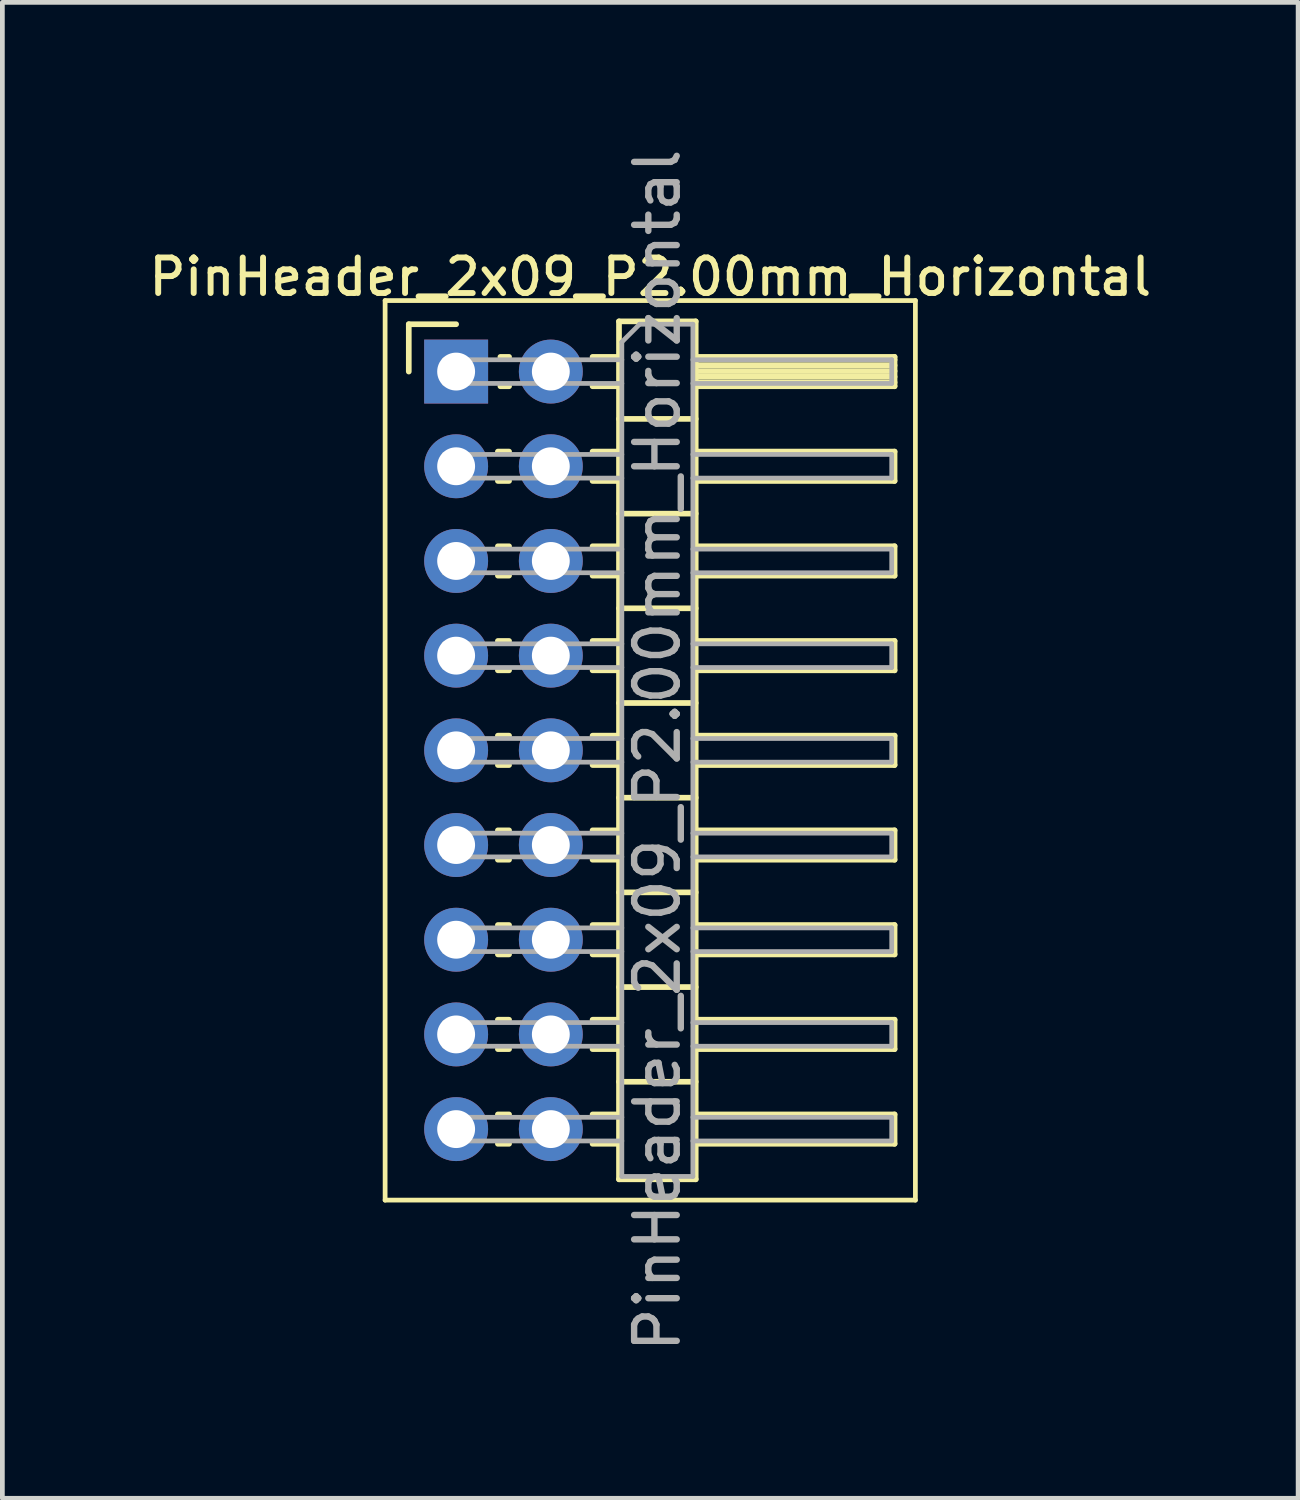
<source format=kicad_pcb>
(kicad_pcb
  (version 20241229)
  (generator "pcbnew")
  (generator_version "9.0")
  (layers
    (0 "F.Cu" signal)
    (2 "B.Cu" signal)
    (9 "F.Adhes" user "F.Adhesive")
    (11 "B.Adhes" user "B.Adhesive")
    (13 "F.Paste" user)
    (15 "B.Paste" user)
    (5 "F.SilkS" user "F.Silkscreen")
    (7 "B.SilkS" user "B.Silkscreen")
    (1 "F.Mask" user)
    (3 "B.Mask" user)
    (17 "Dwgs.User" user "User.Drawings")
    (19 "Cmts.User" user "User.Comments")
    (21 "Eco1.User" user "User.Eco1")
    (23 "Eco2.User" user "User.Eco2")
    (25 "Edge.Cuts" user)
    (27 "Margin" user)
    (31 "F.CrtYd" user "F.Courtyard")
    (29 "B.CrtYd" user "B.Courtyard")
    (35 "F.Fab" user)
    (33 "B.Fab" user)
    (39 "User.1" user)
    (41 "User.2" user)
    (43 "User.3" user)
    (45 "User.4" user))
  (footprint "PinHeader_2x09_P2.00mm_Horizontal"
    (layer "F.Cu")
    (at 6.584 4.798)
    (property "Reference" "PinHeader_2x09_P2.00mm_Horizontal" (at 4.1 -2 0) (layer "F.SilkS") (effects (font (size 0.75 0.75) (thickness 0.125))))
    (attr through_hole)
    (fp_line (start -1.5 -1.5) (end -1.5 17.5) (stroke (width 0.1) (type solid)) (layer "F.SilkS"))
    (fp_line (start -1.5 17.5) (end 9.7 17.5) (stroke (width 0.1) (type solid)) (layer "F.SilkS"))
    (fp_line (start -1 -1) (end 0 -1) (stroke (width 0.12) (type solid)) (layer "F.SilkS"))
    (fp_line (start -1 0) (end -1 -1) (stroke (width 0.12) (type solid)) (layer "F.SilkS"))
    (fp_line (start 0.882 1.69) (end 1.118 1.69) (stroke (width 0.12) (type solid)) (layer "F.SilkS"))
    (fp_line (start 0.882 2.31) (end 1.118 2.31) (stroke (width 0.12) (type solid)) (layer "F.SilkS"))
    (fp_line (start 0.882 3.69) (end 1.118 3.69) (stroke (width 0.12) (type solid)) (layer "F.SilkS"))
    (fp_line (start 0.882 4.31) (end 1.118 4.31) (stroke (width 0.12) (type solid)) (layer "F.SilkS"))
    (fp_line (start 0.882 5.69) (end 1.118 5.69) (stroke (width 0.12) (type solid)) (layer "F.SilkS"))
    (fp_line (start 0.882 6.31) (end 1.118 6.31) (stroke (width 0.12) (type solid)) (layer "F.SilkS"))
    (fp_line (start 0.882 7.69) (end 1.118 7.69) (stroke (width 0.12) (type solid)) (layer "F.SilkS"))
    (fp_line (start 0.882 8.31) (end 1.118 8.31) (stroke (width 0.12) (type solid)) (layer "F.SilkS"))
    (fp_line (start 0.882 9.69) (end 1.118 9.69) (stroke (width 0.12) (type solid)) (layer "F.SilkS"))
    (fp_line (start 0.882 10.31) (end 1.118 10.31) (stroke (width 0.12) (type solid)) (layer "F.SilkS"))
    (fp_line (start 0.882 11.69) (end 1.118 11.69) (stroke (width 0.12) (type solid)) (layer "F.SilkS"))
    (fp_line (start 0.882 12.31) (end 1.118 12.31) (stroke (width 0.12) (type solid)) (layer "F.SilkS"))
    (fp_line (start 0.882 13.69) (end 1.118 13.69) (stroke (width 0.12) (type solid)) (layer "F.SilkS"))
    (fp_line (start 0.882 14.31) (end 1.118 14.31) (stroke (width 0.12) (type solid)) (layer "F.SilkS"))
    (fp_line (start 0.882 15.69) (end 1.118 15.69) (stroke (width 0.12) (type solid)) (layer "F.SilkS"))
    (fp_line (start 0.882 16.31) (end 1.118 16.31) (stroke (width 0.12) (type solid)) (layer "F.SilkS"))
    (fp_line (start 0.935 -0.31) (end 1.118 -0.31) (stroke (width 0.12) (type solid)) (layer "F.SilkS"))
    (fp_line (start 0.935 0.31) (end 1.118 0.31) (stroke (width 0.12) (type solid)) (layer "F.SilkS"))
    (fp_line (start 2.882 -0.31) (end 3.44 -0.31) (stroke (width 0.12) (type solid)) (layer "F.SilkS"))
    (fp_line (start 2.882 0.31) (end 3.44 0.31) (stroke (width 0.12) (type solid)) (layer "F.SilkS"))
    (fp_line (start 2.882 1.69) (end 3.44 1.69) (stroke (width 0.12) (type solid)) (layer "F.SilkS"))
    (fp_line (start 2.882 2.31) (end 3.44 2.31) (stroke (width 0.12) (type solid)) (layer "F.SilkS"))
    (fp_line (start 2.882 3.69) (end 3.44 3.69) (stroke (width 0.12) (type solid)) (layer "F.SilkS"))
    (fp_line (start 2.882 4.31) (end 3.44 4.31) (stroke (width 0.12) (type solid)) (layer "F.SilkS"))
    (fp_line (start 2.882 5.69) (end 3.44 5.69) (stroke (width 0.12) (type solid)) (layer "F.SilkS"))
    (fp_line (start 2.882 6.31) (end 3.44 6.31) (stroke (width 0.12) (type solid)) (layer "F.SilkS"))
    (fp_line (start 2.882 7.69) (end 3.44 7.69) (stroke (width 0.12) (type solid)) (layer "F.SilkS"))
    (fp_line (start 2.882 8.31) (end 3.44 8.31) (stroke (width 0.12) (type solid)) (layer "F.SilkS"))
    (fp_line (start 2.882 9.69) (end 3.44 9.69) (stroke (width 0.12) (type solid)) (layer "F.SilkS"))
    (fp_line (start 2.882 10.31) (end 3.44 10.31) (stroke (width 0.12) (type solid)) (layer "F.SilkS"))
    (fp_line (start 2.882 11.69) (end 3.44 11.69) (stroke (width 0.12) (type solid)) (layer "F.SilkS"))
    (fp_line (start 2.882 12.31) (end 3.44 12.31) (stroke (width 0.12) (type solid)) (layer "F.SilkS"))
    (fp_line (start 2.882 13.69) (end 3.44 13.69) (stroke (width 0.12) (type solid)) (layer "F.SilkS"))
    (fp_line (start 2.882 14.31) (end 3.44 14.31) (stroke (width 0.12) (type solid)) (layer "F.SilkS"))
    (fp_line (start 2.882 15.69) (end 3.44 15.69) (stroke (width 0.12) (type solid)) (layer "F.SilkS"))
    (fp_line (start 2.882 16.31) (end 3.44 16.31) (stroke (width 0.12) (type solid)) (layer "F.SilkS"))
    (fp_line (start 3.44 -1.06) (end 3.44 17.06) (stroke (width 0.12) (type solid)) (layer "F.SilkS"))
    (fp_line (start 3.44 1) (end 5.06 1) (stroke (width 0.12) (type solid)) (layer "F.SilkS"))
    (fp_line (start 3.44 3) (end 5.06 3) (stroke (width 0.12) (type solid)) (layer "F.SilkS"))
    (fp_line (start 3.44 5) (end 5.06 5) (stroke (width 0.12) (type solid)) (layer "F.SilkS"))
    (fp_line (start 3.44 7) (end 5.06 7) (stroke (width 0.12) (type solid)) (layer "F.SilkS"))
    (fp_line (start 3.44 9) (end 5.06 9) (stroke (width 0.12) (type solid)) (layer "F.SilkS"))
    (fp_line (start 3.44 11) (end 5.06 11) (stroke (width 0.12) (type solid)) (layer "F.SilkS"))
    (fp_line (start 3.44 13) (end 5.06 13) (stroke (width 0.12) (type solid)) (layer "F.SilkS"))
    (fp_line (start 3.44 15) (end 5.06 15) (stroke (width 0.12) (type solid)) (layer "F.SilkS"))
    (fp_line (start 3.44 17.06) (end 5.06 17.06) (stroke (width 0.12) (type solid)) (layer "F.SilkS"))
    (fp_line (start 5.06 -1.06) (end 3.44 -1.06) (stroke (width 0.12) (type solid)) (layer "F.SilkS"))
    (fp_line (start 5.06 -0.31) (end 9.26 -0.31) (stroke (width 0.12) (type solid)) (layer "F.SilkS"))
    (fp_line (start 5.06 -0.25) (end 9.26 -0.25) (stroke (width 0.12) (type solid)) (layer "F.SilkS"))
    (fp_line (start 5.06 -0.13) (end 9.26 -0.13) (stroke (width 0.12) (type solid)) (layer "F.SilkS"))
    (fp_line (start 5.06 -0.01) (end 9.26 -0.01) (stroke (width 0.12) (type solid)) (layer "F.SilkS"))
    (fp_line (start 5.06 0.11) (end 9.26 0.11) (stroke (width 0.12) (type solid)) (layer "F.SilkS"))
    (fp_line (start 5.06 0.23) (end 9.26 0.23) (stroke (width 0.12) (type solid)) (layer "F.SilkS"))
    (fp_line (start 5.06 1.69) (end 9.26 1.69) (stroke (width 0.12) (type solid)) (layer "F.SilkS"))
    (fp_line (start 5.06 3.69) (end 9.26 3.69) (stroke (width 0.12) (type solid)) (layer "F.SilkS"))
    (fp_line (start 5.06 5.69) (end 9.26 5.69) (stroke (width 0.12) (type solid)) (layer "F.SilkS"))
    (fp_line (start 5.06 7.69) (end 9.26 7.69) (stroke (width 0.12) (type solid)) (layer "F.SilkS"))
    (fp_line (start 5.06 9.69) (end 9.26 9.69) (stroke (width 0.12) (type solid)) (layer "F.SilkS"))
    (fp_line (start 5.06 11.69) (end 9.26 11.69) (stroke (width 0.12) (type solid)) (layer "F.SilkS"))
    (fp_line (start 5.06 13.69) (end 9.26 13.69) (stroke (width 0.12) (type solid)) (layer "F.SilkS"))
    (fp_line (start 5.06 15.69) (end 9.26 15.69) (stroke (width 0.12) (type solid)) (layer "F.SilkS"))
    (fp_line (start 5.06 17.06) (end 5.06 -1.06) (stroke (width 0.12) (type solid)) (layer "F.SilkS"))
    (fp_line (start 9.26 -0.31) (end 9.26 0.31) (stroke (width 0.12) (type solid)) (layer "F.SilkS"))
    (fp_line (start 9.26 0.31) (end 5.06 0.31) (stroke (width 0.12) (type solid)) (layer "F.SilkS"))
    (fp_line (start 9.26 1.69) (end 9.26 2.31) (stroke (width 0.12) (type solid)) (layer "F.SilkS"))
    (fp_line (start 9.26 2.31) (end 5.06 2.31) (stroke (width 0.12) (type solid)) (layer "F.SilkS"))
    (fp_line (start 9.26 3.69) (end 9.26 4.31) (stroke (width 0.12) (type solid)) (layer "F.SilkS"))
    (fp_line (start 9.26 4.31) (end 5.06 4.31) (stroke (width 0.12) (type solid)) (layer "F.SilkS"))
    (fp_line (start 9.26 5.69) (end 9.26 6.31) (stroke (width 0.12) (type solid)) (layer "F.SilkS"))
    (fp_line (start 9.26 6.31) (end 5.06 6.31) (stroke (width 0.12) (type solid)) (layer "F.SilkS"))
    (fp_line (start 9.26 7.69) (end 9.26 8.31) (stroke (width 0.12) (type solid)) (layer "F.SilkS"))
    (fp_line (start 9.26 8.31) (end 5.06 8.31) (stroke (width 0.12) (type solid)) (layer "F.SilkS"))
    (fp_line (start 9.26 9.69) (end 9.26 10.31) (stroke (width 0.12) (type solid)) (layer "F.SilkS"))
    (fp_line (start 9.26 10.31) (end 5.06 10.31) (stroke (width 0.12) (type solid)) (layer "F.SilkS"))
    (fp_line (start 9.26 11.69) (end 9.26 12.31) (stroke (width 0.12) (type solid)) (layer "F.SilkS"))
    (fp_line (start 9.26 12.31) (end 5.06 12.31) (stroke (width 0.12) (type solid)) (layer "F.SilkS"))
    (fp_line (start 9.26 13.69) (end 9.26 14.31) (stroke (width 0.12) (type solid)) (layer "F.SilkS"))
    (fp_line (start 9.26 14.31) (end 5.06 14.31) (stroke (width 0.12) (type solid)) (layer "F.SilkS"))
    (fp_line (start 9.26 15.69) (end 9.26 16.31) (stroke (width 0.12) (type solid)) (layer "F.SilkS"))
    (fp_line (start 9.26 16.31) (end 5.06 16.31) (stroke (width 0.12) (type solid)) (layer "F.SilkS"))
    (fp_line (start 9.7 -1.5) (end -1.5 -1.5) (stroke (width 0.1) (type solid)) (layer "F.SilkS"))
    (fp_line (start 9.7 17.5) (end 9.7 -1.5) (stroke (width 0.1) (type solid)) (layer "F.SilkS"))
    (fp_line (start -0.25 -0.25) (end -0.25 0.25) (stroke (width 0.1) (type solid)) (layer "F.Fab"))
    (fp_line (start -0.25 -0.25) (end 3.5 -0.25) (stroke (width 0.1) (type solid)) (layer "F.Fab"))
    (fp_line (start -0.25 0.25) (end 3.5 0.25) (stroke (width 0.1) (type solid)) (layer "F.Fab"))
    (fp_line (start -0.25 1.75) (end -0.25 2.25) (stroke (width 0.1) (type solid)) (layer "F.Fab"))
    (fp_line (start -0.25 1.75) (end 3.5 1.75) (stroke (width 0.1) (type solid)) (layer "F.Fab"))
    (fp_line (start -0.25 2.25) (end 3.5 2.25) (stroke (width 0.1) (type solid)) (layer "F.Fab"))
    (fp_line (start -0.25 3.75) (end -0.25 4.25) (stroke (width 0.1) (type solid)) (layer "F.Fab"))
    (fp_line (start -0.25 3.75) (end 3.5 3.75) (stroke (width 0.1) (type solid)) (layer "F.Fab"))
    (fp_line (start -0.25 4.25) (end 3.5 4.25) (stroke (width 0.1) (type solid)) (layer "F.Fab"))
    (fp_line (start -0.25 5.75) (end -0.25 6.25) (stroke (width 0.1) (type solid)) (layer "F.Fab"))
    (fp_line (start -0.25 5.75) (end 3.5 5.75) (stroke (width 0.1) (type solid)) (layer "F.Fab"))
    (fp_line (start -0.25 6.25) (end 3.5 6.25) (stroke (width 0.1) (type solid)) (layer "F.Fab"))
    (fp_line (start -0.25 7.75) (end -0.25 8.25) (stroke (width 0.1) (type solid)) (layer "F.Fab"))
    (fp_line (start -0.25 7.75) (end 3.5 7.75) (stroke (width 0.1) (type solid)) (layer "F.Fab"))
    (fp_line (start -0.25 8.25) (end 3.5 8.25) (stroke (width 0.1) (type solid)) (layer "F.Fab"))
    (fp_line (start -0.25 9.75) (end -0.25 10.25) (stroke (width 0.1) (type solid)) (layer "F.Fab"))
    (fp_line (start -0.25 9.75) (end 3.5 9.75) (stroke (width 0.1) (type solid)) (layer "F.Fab"))
    (fp_line (start -0.25 10.25) (end 3.5 10.25) (stroke (width 0.1) (type solid)) (layer "F.Fab"))
    (fp_line (start -0.25 11.75) (end -0.25 12.25) (stroke (width 0.1) (type solid)) (layer "F.Fab"))
    (fp_line (start -0.25 11.75) (end 3.5 11.75) (stroke (width 0.1) (type solid)) (layer "F.Fab"))
    (fp_line (start -0.25 12.25) (end 3.5 12.25) (stroke (width 0.1) (type solid)) (layer "F.Fab"))
    (fp_line (start -0.25 13.75) (end -0.25 14.25) (stroke (width 0.1) (type solid)) (layer "F.Fab"))
    (fp_line (start -0.25 13.75) (end 3.5 13.75) (stroke (width 0.1) (type solid)) (layer "F.Fab"))
    (fp_line (start -0.25 14.25) (end 3.5 14.25) (stroke (width 0.1) (type solid)) (layer "F.Fab"))
    (fp_line (start -0.25 15.75) (end -0.25 16.25) (stroke (width 0.1) (type solid)) (layer "F.Fab"))
    (fp_line (start -0.25 15.75) (end 3.5 15.75) (stroke (width 0.1) (type solid)) (layer "F.Fab"))
    (fp_line (start -0.25 16.25) (end 3.5 16.25) (stroke (width 0.1) (type solid)) (layer "F.Fab"))
    (fp_line (start 3.5 -0.625) (end 3.875 -1) (stroke (width 0.1) (type solid)) (layer "F.Fab"))
    (fp_line (start 3.5 17) (end 3.5 -0.625) (stroke (width 0.1) (type solid)) (layer "F.Fab"))
    (fp_line (start 3.875 -1) (end 5 -1) (stroke (width 0.1) (type solid)) (layer "F.Fab"))
    (fp_line (start 5 -1) (end 5 17) (stroke (width 0.1) (type solid)) (layer "F.Fab"))
    (fp_line (start 5 -0.25) (end 9.2 -0.25) (stroke (width 0.1) (type solid)) (layer "F.Fab"))
    (fp_line (start 5 0.25) (end 9.2 0.25) (stroke (width 0.1) (type solid)) (layer "F.Fab"))
    (fp_line (start 5 1.75) (end 9.2 1.75) (stroke (width 0.1) (type solid)) (layer "F.Fab"))
    (fp_line (start 5 2.25) (end 9.2 2.25) (stroke (width 0.1) (type solid)) (layer "F.Fab"))
    (fp_line (start 5 3.75) (end 9.2 3.75) (stroke (width 0.1) (type solid)) (layer "F.Fab"))
    (fp_line (start 5 4.25) (end 9.2 4.25) (stroke (width 0.1) (type solid)) (layer "F.Fab"))
    (fp_line (start 5 5.75) (end 9.2 5.75) (stroke (width 0.1) (type solid)) (layer "F.Fab"))
    (fp_line (start 5 6.25) (end 9.2 6.25) (stroke (width 0.1) (type solid)) (layer "F.Fab"))
    (fp_line (start 5 7.75) (end 9.2 7.75) (stroke (width 0.1) (type solid)) (layer "F.Fab"))
    (fp_line (start 5 8.25) (end 9.2 8.25) (stroke (width 0.1) (type solid)) (layer "F.Fab"))
    (fp_line (start 5 9.75) (end 9.2 9.75) (stroke (width 0.1) (type solid)) (layer "F.Fab"))
    (fp_line (start 5 10.25) (end 9.2 10.25) (stroke (width 0.1) (type solid)) (layer "F.Fab"))
    (fp_line (start 5 11.75) (end 9.2 11.75) (stroke (width 0.1) (type solid)) (layer "F.Fab"))
    (fp_line (start 5 12.25) (end 9.2 12.25) (stroke (width 0.1) (type solid)) (layer "F.Fab"))
    (fp_line (start 5 13.75) (end 9.2 13.75) (stroke (width 0.1) (type solid)) (layer "F.Fab"))
    (fp_line (start 5 14.25) (end 9.2 14.25) (stroke (width 0.1) (type solid)) (layer "F.Fab"))
    (fp_line (start 5 15.75) (end 9.2 15.75) (stroke (width 0.1) (type solid)) (layer "F.Fab"))
    (fp_line (start 5 16.25) (end 9.2 16.25) (stroke (width 0.1) (type solid)) (layer "F.Fab"))
    (fp_line (start 5 17) (end 3.5 17) (stroke (width 0.1) (type solid)) (layer "F.Fab"))
    (fp_line (start 9.2 -0.25) (end 9.2 0.25) (stroke (width 0.1) (type solid)) (layer "F.Fab"))
    (fp_line (start 9.2 1.75) (end 9.2 2.25) (stroke (width 0.1) (type solid)) (layer "F.Fab"))
    (fp_line (start 9.2 3.75) (end 9.2 4.25) (stroke (width 0.1) (type solid)) (layer "F.Fab"))
    (fp_line (start 9.2 5.75) (end 9.2 6.25) (stroke (width 0.1) (type solid)) (layer "F.Fab"))
    (fp_line (start 9.2 7.75) (end 9.2 8.25) (stroke (width 0.1) (type solid)) (layer "F.Fab"))
    (fp_line (start 9.2 9.75) (end 9.2 10.25) (stroke (width 0.1) (type solid)) (layer "F.Fab"))
    (fp_line (start 9.2 11.75) (end 9.2 12.25) (stroke (width 0.1) (type solid)) (layer "F.Fab"))
    (fp_line (start 9.2 13.75) (end 9.2 14.25) (stroke (width 0.1) (type solid)) (layer "F.Fab"))
    (fp_line (start 9.2 15.75) (end 9.2 16.25) (stroke (width 0.1) (type solid)) (layer "F.Fab"))
    (fp_text user "${REFERENCE}" (at 4.25 8 90) (layer "F.Fab") (effects (font (size 0.9 0.9) (thickness 0.135))))
    (pad "1" thru_hole rect (at 0 0) (size 1.35 1.35) (drill 0.8) (layers "*.Cu" "*.Mask"))
    (pad "2" thru_hole oval (at 2 0) (size 1.35 1.35) (drill 0.8) (layers "*.Cu" "*.Mask"))
    (pad "3" thru_hole oval (at 0 2) (size 1.35 1.35) (drill 0.8) (layers "*.Cu" "*.Mask"))
    (pad "4" thru_hole oval (at 2 2) (size 1.35 1.35) (drill 0.8) (layers "*.Cu" "*.Mask"))
    (pad "5" thru_hole oval (at 0 4) (size 1.35 1.35) (drill 0.8) (layers "*.Cu" "*.Mask"))
    (pad "6" thru_hole oval (at 2 4) (size 1.35 1.35) (drill 0.8) (layers "*.Cu" "*.Mask"))
    (pad "7" thru_hole oval (at 0 6) (size 1.35 1.35) (drill 0.8) (layers "*.Cu" "*.Mask"))
    (pad "8" thru_hole oval (at 2 6) (size 1.35 1.35) (drill 0.8) (layers "*.Cu" "*.Mask"))
    (pad "9" thru_hole oval (at 0 8) (size 1.35 1.35) (drill 0.8) (layers "*.Cu" "*.Mask"))
    (pad "10" thru_hole oval (at 2 8) (size 1.35 1.35) (drill 0.8) (layers "*.Cu" "*.Mask"))
    (pad "11" thru_hole oval (at 0 10) (size 1.35 1.35) (drill 0.8) (layers "*.Cu" "*.Mask"))
    (pad "12" thru_hole oval (at 2 10) (size 1.35 1.35) (drill 0.8) (layers "*.Cu" "*.Mask"))
    (pad "13" thru_hole oval (at 0 12) (size 1.35 1.35) (drill 0.8) (layers "*.Cu" "*.Mask"))
    (pad "14" thru_hole oval (at 2 12) (size 1.35 1.35) (drill 0.8) (layers "*.Cu" "*.Mask"))
    (pad "15" thru_hole oval (at 0 14) (size 1.35 1.35) (drill 0.8) (layers "*.Cu" "*.Mask"))
    (pad "16" thru_hole oval (at 2 14) (size 1.35 1.35) (drill 0.8) (layers "*.Cu" "*.Mask"))
    (pad "17" thru_hole oval (at 0 16) (size 1.35 1.35) (drill 0.8) (layers "*.Cu" "*.Mask"))
    (pad "18" thru_hole oval (at 2 16) (size 1.35 1.35) (drill 0.8) (layers "*.Cu" "*.Mask")))
  (gr_rect
    (start -3 -3)
    (end 24.368 28.596)
    (stroke (width 0.1) (type default))
    (fill no)
    (layer "Edge.Cuts")))
</source>
